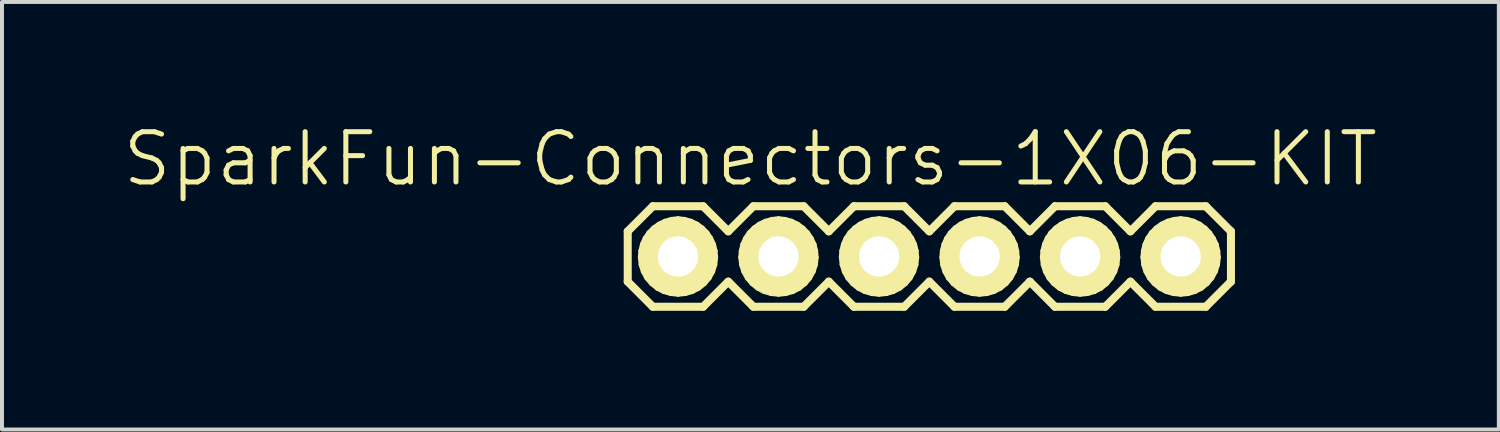
<source format=kicad_pcb>
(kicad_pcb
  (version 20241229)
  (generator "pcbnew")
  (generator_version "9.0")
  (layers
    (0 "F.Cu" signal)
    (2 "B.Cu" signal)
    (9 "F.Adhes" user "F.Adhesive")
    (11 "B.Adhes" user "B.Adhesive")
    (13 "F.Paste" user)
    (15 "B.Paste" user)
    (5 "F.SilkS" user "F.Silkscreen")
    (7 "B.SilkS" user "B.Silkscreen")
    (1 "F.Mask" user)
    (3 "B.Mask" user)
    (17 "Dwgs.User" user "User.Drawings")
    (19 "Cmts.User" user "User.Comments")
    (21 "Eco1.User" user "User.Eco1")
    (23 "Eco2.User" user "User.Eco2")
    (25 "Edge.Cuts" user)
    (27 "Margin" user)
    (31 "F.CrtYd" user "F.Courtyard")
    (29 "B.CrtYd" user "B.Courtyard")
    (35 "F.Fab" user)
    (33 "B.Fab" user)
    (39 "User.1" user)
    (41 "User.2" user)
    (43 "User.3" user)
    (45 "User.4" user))
  (footprint "SparkFun-Connectors-1X06-KIT"
    (layer "F.Cu")
    (at 14.079 3.43)
    (property "Reference" "SparkFun-Connectors-1X06-KIT" (at 1.829 -2.464 0) (layer "F.SilkS") (effects (font (size 1.27 1.27) (thickness 0.127))))
    (attr exclude_from_pos_files exclude_from_bom)
    (fp_line (start -1.27 -0.635) (end -1.27 0.635) (stroke (width 0.203) (type solid)) (layer "F.SilkS"))
    (fp_line (start -1.27 0.635) (end -0.635 1.27) (stroke (width 0.203) (type solid)) (layer "F.SilkS"))
    (fp_line (start -0.95 0.02) (end -0.937 -0.142) (stroke (width 0.127) (type solid)) (layer "F.SilkS"))
    (fp_line (start -0.937 -0.142) (end -0.897 -0.307) (stroke (width 0.127) (type solid)) (layer "F.SilkS"))
    (fp_line (start -0.93 0.206) (end -0.95 0.02) (stroke (width 0.127) (type solid)) (layer "F.SilkS"))
    (fp_line (start -0.897 -0.307) (end -0.828 -0.46) (stroke (width 0.127) (type solid)) (layer "F.SilkS"))
    (fp_line (start -0.874 0.381) (end -0.93 0.206) (stroke (width 0.127) (type solid)) (layer "F.SilkS"))
    (fp_line (start -0.828 -0.46) (end -0.734 -0.599) (stroke (width 0.127) (type solid)) (layer "F.SilkS"))
    (fp_line (start -0.785 0.544) (end -0.874 0.381) (stroke (width 0.127) (type solid)) (layer "F.SilkS"))
    (fp_line (start -0.734 -0.599) (end -0.615 -0.719) (stroke (width 0.127) (type solid)) (layer "F.SilkS"))
    (fp_line (start -0.665 0.683) (end -0.785 0.544) (stroke (width 0.127) (type solid)) (layer "F.SilkS"))
    (fp_line (start -0.635 -1.27) (end -1.27 -0.635) (stroke (width 0.203) (type solid)) (layer "F.SilkS"))
    (fp_line (start -0.635 -1.27) (end 0.635 -1.27) (stroke (width 0.203) (type solid)) (layer "F.SilkS"))
    (fp_line (start -0.615 -0.719) (end -0.48 -0.815) (stroke (width 0.127) (type solid)) (layer "F.SilkS"))
    (fp_line (start -0.521 0.8) (end -0.665 0.683) (stroke (width 0.127) (type solid)) (layer "F.SilkS"))
    (fp_line (start -0.48 -0.815) (end -0.328 -0.889) (stroke (width 0.127) (type solid)) (layer "F.SilkS"))
    (fp_line (start -0.445 0.018) (end -0.434 -0.081) (stroke (width 0.127) (type solid)) (layer "F.SilkS"))
    (fp_line (start -0.434 -0.081) (end -0.404 -0.178) (stroke (width 0.127) (type solid)) (layer "F.SilkS"))
    (fp_line (start -0.429 0.114) (end -0.445 0.018) (stroke (width 0.127) (type solid)) (layer "F.SilkS"))
    (fp_line (start -0.404 -0.178) (end -0.351 -0.264) (stroke (width 0.127) (type solid)) (layer "F.SilkS"))
    (fp_line (start -0.396 0.206) (end -0.429 0.114) (stroke (width 0.127) (type solid)) (layer "F.SilkS"))
    (fp_line (start -0.358 0.884) (end -0.521 0.8) (stroke (width 0.127) (type solid)) (layer "F.SilkS"))
    (fp_line (start -0.351 -0.264) (end -0.279 -0.34) (stroke (width 0.127) (type solid)) (layer "F.SilkS"))
    (fp_line (start -0.343 0.287) (end -0.396 0.206) (stroke (width 0.127) (type solid)) (layer "F.SilkS"))
    (fp_line (start -0.328 -0.889) (end -0.165 -0.935) (stroke (width 0.127) (type solid)) (layer "F.SilkS"))
    (fp_line (start -0.279 -0.34) (end -0.196 -0.396) (stroke (width 0.127) (type solid)) (layer "F.SilkS"))
    (fp_line (start -0.272 0.356) (end -0.343 0.287) (stroke (width 0.127) (type solid)) (layer "F.SilkS"))
    (fp_line (start -0.254 -0.254) (end 0.254 -0.254) (stroke (width 0.066) (type solid)) (layer "F.SilkS"))
    (fp_line (start -0.254 0.254) (end -0.254 -0.254) (stroke (width 0.066) (type solid)) (layer "F.SilkS"))
    (fp_line (start -0.254 0.254) (end 0.254 0.254) (stroke (width 0.066) (type solid)) (layer "F.SilkS"))
    (fp_line (start -0.196 -0.396) (end -0.099 -0.432) (stroke (width 0.127) (type solid)) (layer "F.SilkS"))
    (fp_line (start -0.188 0.404) (end -0.272 0.356) (stroke (width 0.127) (type solid)) (layer "F.SilkS"))
    (fp_line (start -0.18 0.935) (end -0.358 0.884) (stroke (width 0.127) (type solid)) (layer "F.SilkS"))
    (fp_line (start -0.165 -0.935) (end 0 -0.953) (stroke (width 0.127) (type solid)) (layer "F.SilkS"))
    (fp_line (start -0.099 -0.432) (end 0 -0.445) (stroke (width 0.127) (type solid)) (layer "F.SilkS"))
    (fp_line (start -0.097 0.434) (end -0.188 0.404) (stroke (width 0.127) (type solid)) (layer "F.SilkS"))
    (fp_line (start 0 -0.953) (end 0.165 -0.935) (stroke (width 0.127) (type solid)) (layer "F.SilkS"))
    (fp_line (start 0 -0.445) (end 0.099 -0.432) (stroke (width 0.127) (type solid)) (layer "F.SilkS"))
    (fp_line (start 0 0.445) (end -0.097 0.434) (stroke (width 0.127) (type solid)) (layer "F.SilkS"))
    (fp_line (start 0 0.953) (end -0.18 0.935) (stroke (width 0.127) (type solid)) (layer "F.SilkS"))
    (fp_line (start 0.097 0.434) (end 0 0.445) (stroke (width 0.127) (type solid)) (layer "F.SilkS"))
    (fp_line (start 0.099 -0.432) (end 0.193 -0.399) (stroke (width 0.127) (type solid)) (layer "F.SilkS"))
    (fp_line (start 0.165 -0.935) (end 0.328 -0.889) (stroke (width 0.127) (type solid)) (layer "F.SilkS"))
    (fp_line (start 0.185 0.935) (end 0 0.953) (stroke (width 0.127) (type solid)) (layer "F.SilkS"))
    (fp_line (start 0.188 0.401) (end 0.097 0.434) (stroke (width 0.127) (type solid)) (layer "F.SilkS"))
    (fp_line (start 0.193 -0.399) (end 0.277 -0.343) (stroke (width 0.127) (type solid)) (layer "F.SilkS"))
    (fp_line (start 0.254 0.254) (end 0.254 -0.254) (stroke (width 0.066) (type solid)) (layer "F.SilkS"))
    (fp_line (start 0.272 0.351) (end 0.188 0.401) (stroke (width 0.127) (type solid)) (layer "F.SilkS"))
    (fp_line (start 0.277 -0.343) (end 0.348 -0.272) (stroke (width 0.127) (type solid)) (layer "F.SilkS"))
    (fp_line (start 0.328 -0.889) (end 0.48 -0.815) (stroke (width 0.127) (type solid)) (layer "F.SilkS"))
    (fp_line (start 0.343 0.282) (end 0.272 0.351) (stroke (width 0.127) (type solid)) (layer "F.SilkS"))
    (fp_line (start 0.348 -0.272) (end 0.399 -0.185) (stroke (width 0.127) (type solid)) (layer "F.SilkS"))
    (fp_line (start 0.361 0.884) (end 0.185 0.935) (stroke (width 0.127) (type solid)) (layer "F.SilkS"))
    (fp_line (start 0.396 0.198) (end 0.343 0.282) (stroke (width 0.127) (type solid)) (layer "F.SilkS"))
    (fp_line (start 0.399 -0.185) (end 0.432 -0.089) (stroke (width 0.127) (type solid)) (layer "F.SilkS"))
    (fp_line (start 0.429 0.107) (end 0.396 0.198) (stroke (width 0.127) (type solid)) (layer "F.SilkS"))
    (fp_line (start 0.432 -0.089) (end 0.439 0.008) (stroke (width 0.127) (type solid)) (layer "F.SilkS"))
    (fp_line (start 0.439 0.008) (end 0.429 0.107) (stroke (width 0.127) (type solid)) (layer "F.SilkS"))
    (fp_line (start 0.48 -0.815) (end 0.615 -0.716) (stroke (width 0.127) (type solid)) (layer "F.SilkS"))
    (fp_line (start 0.523 0.8) (end 0.361 0.884) (stroke (width 0.127) (type solid)) (layer "F.SilkS"))
    (fp_line (start 0.615 -0.716) (end 0.732 -0.597) (stroke (width 0.127) (type solid)) (layer "F.SilkS"))
    (fp_line (start 0.635 -1.27) (end 1.27 -0.635) (stroke (width 0.203) (type solid)) (layer "F.SilkS"))
    (fp_line (start 0.635 1.27) (end -0.635 1.27) (stroke (width 0.203) (type solid)) (layer "F.SilkS"))
    (fp_line (start 0.668 0.683) (end 0.523 0.8) (stroke (width 0.127) (type solid)) (layer "F.SilkS"))
    (fp_line (start 0.732 -0.597) (end 0.826 -0.457) (stroke (width 0.127) (type solid)) (layer "F.SilkS"))
    (fp_line (start 0.785 0.544) (end 0.668 0.683) (stroke (width 0.127) (type solid)) (layer "F.SilkS"))
    (fp_line (start 0.826 -0.457) (end 0.897 -0.305) (stroke (width 0.127) (type solid)) (layer "F.SilkS"))
    (fp_line (start 0.874 0.381) (end 0.785 0.544) (stroke (width 0.127) (type solid)) (layer "F.SilkS"))
    (fp_line (start 0.897 -0.305) (end 0.937 -0.14) (stroke (width 0.127) (type solid)) (layer "F.SilkS"))
    (fp_line (start 0.93 0.206) (end 0.874 0.381) (stroke (width 0.127) (type solid)) (layer "F.SilkS"))
    (fp_line (start 0.937 -0.14) (end 0.95 0.025) (stroke (width 0.127) (type solid)) (layer "F.SilkS"))
    (fp_line (start 0.95 0.025) (end 0.93 0.206) (stroke (width 0.127) (type solid)) (layer "F.SilkS"))
    (fp_line (start 1.27 -0.635) (end 1.905 -1.27) (stroke (width 0.203) (type solid)) (layer "F.SilkS"))
    (fp_line (start 1.27 0.635) (end 0.635 1.27) (stroke (width 0.203) (type solid)) (layer "F.SilkS"))
    (fp_line (start 1.587 0.02) (end 1.6 -0.142) (stroke (width 0.127) (type solid)) (layer "F.SilkS"))
    (fp_line (start 1.6 -0.142) (end 1.641 -0.307) (stroke (width 0.127) (type solid)) (layer "F.SilkS"))
    (fp_line (start 1.608 0.206) (end 1.587 0.02) (stroke (width 0.127) (type solid)) (layer "F.SilkS"))
    (fp_line (start 1.641 -0.307) (end 1.709 -0.46) (stroke (width 0.127) (type solid)) (layer "F.SilkS"))
    (fp_line (start 1.664 0.381) (end 1.608 0.206) (stroke (width 0.127) (type solid)) (layer "F.SilkS"))
    (fp_line (start 1.709 -0.46) (end 1.803 -0.599) (stroke (width 0.127) (type solid)) (layer "F.SilkS"))
    (fp_line (start 1.753 0.544) (end 1.664 0.381) (stroke (width 0.127) (type solid)) (layer "F.SilkS"))
    (fp_line (start 1.803 -0.599) (end 1.923 -0.719) (stroke (width 0.127) (type solid)) (layer "F.SilkS"))
    (fp_line (start 1.872 0.683) (end 1.753 0.544) (stroke (width 0.127) (type solid)) (layer "F.SilkS"))
    (fp_line (start 1.905 -1.27) (end 3.175 -1.27) (stroke (width 0.203) (type solid)) (layer "F.SilkS"))
    (fp_line (start 1.905 1.27) (end 1.27 0.635) (stroke (width 0.203) (type solid)) (layer "F.SilkS"))
    (fp_line (start 1.923 -0.719) (end 2.057 -0.815) (stroke (width 0.127) (type solid)) (layer "F.SilkS"))
    (fp_line (start 2.017 0.8) (end 1.872 0.683) (stroke (width 0.127) (type solid)) (layer "F.SilkS"))
    (fp_line (start 2.057 -0.815) (end 2.21 -0.889) (stroke (width 0.127) (type solid)) (layer "F.SilkS"))
    (fp_line (start 2.095 0.018) (end 2.103 -0.081) (stroke (width 0.127) (type solid)) (layer "F.SilkS"))
    (fp_line (start 2.103 -0.081) (end 2.134 -0.178) (stroke (width 0.127) (type solid)) (layer "F.SilkS"))
    (fp_line (start 2.108 0.114) (end 2.095 0.018) (stroke (width 0.127) (type solid)) (layer "F.SilkS"))
    (fp_line (start 2.134 -0.178) (end 2.187 -0.264) (stroke (width 0.127) (type solid)) (layer "F.SilkS"))
    (fp_line (start 2.141 0.206) (end 2.108 0.114) (stroke (width 0.127) (type solid)) (layer "F.SilkS"))
    (fp_line (start 2.179 0.884) (end 2.017 0.8) (stroke (width 0.127) (type solid)) (layer "F.SilkS"))
    (fp_line (start 2.187 -0.264) (end 2.258 -0.34) (stroke (width 0.127) (type solid)) (layer "F.SilkS"))
    (fp_line (start 2.195 0.287) (end 2.141 0.206) (stroke (width 0.127) (type solid)) (layer "F.SilkS"))
    (fp_line (start 2.21 -0.889) (end 2.372 -0.935) (stroke (width 0.127) (type solid)) (layer "F.SilkS"))
    (fp_line (start 2.258 -0.34) (end 2.342 -0.396) (stroke (width 0.127) (type solid)) (layer "F.SilkS"))
    (fp_line (start 2.266 0.356) (end 2.195 0.287) (stroke (width 0.127) (type solid)) (layer "F.SilkS"))
    (fp_line (start 2.286 -0.254) (end 2.794 -0.254) (stroke (width 0.066) (type solid)) (layer "F.SilkS"))
    (fp_line (start 2.286 0.254) (end 2.286 -0.254) (stroke (width 0.066) (type solid)) (layer "F.SilkS"))
    (fp_line (start 2.286 0.254) (end 2.794 0.254) (stroke (width 0.066) (type solid)) (layer "F.SilkS"))
    (fp_line (start 2.342 -0.396) (end 2.438 -0.432) (stroke (width 0.127) (type solid)) (layer "F.SilkS"))
    (fp_line (start 2.349 0.404) (end 2.266 0.356) (stroke (width 0.127) (type solid)) (layer "F.SilkS"))
    (fp_line (start 2.357 0.935) (end 2.179 0.884) (stroke (width 0.127) (type solid)) (layer "F.SilkS"))
    (fp_line (start 2.372 -0.935) (end 2.54 -0.953) (stroke (width 0.127) (type solid)) (layer "F.SilkS"))
    (fp_line (start 2.438 -0.432) (end 2.54 -0.445) (stroke (width 0.127) (type solid)) (layer "F.SilkS"))
    (fp_line (start 2.441 0.434) (end 2.349 0.404) (stroke (width 0.127) (type solid)) (layer "F.SilkS"))
    (fp_line (start 2.54 -0.953) (end 2.705 -0.935) (stroke (width 0.127) (type solid)) (layer "F.SilkS"))
    (fp_line (start 2.54 -0.445) (end 2.639 -0.432) (stroke (width 0.127) (type solid)) (layer "F.SilkS"))
    (fp_line (start 2.54 0.445) (end 2.441 0.434) (stroke (width 0.127) (type solid)) (layer "F.SilkS"))
    (fp_line (start 2.54 0.953) (end 2.357 0.935) (stroke (width 0.127) (type solid)) (layer "F.SilkS"))
    (fp_line (start 2.637 0.434) (end 2.54 0.445) (stroke (width 0.127) (type solid)) (layer "F.SilkS"))
    (fp_line (start 2.639 -0.432) (end 2.733 -0.399) (stroke (width 0.127) (type solid)) (layer "F.SilkS"))
    (fp_line (start 2.705 -0.935) (end 2.868 -0.889) (stroke (width 0.127) (type solid)) (layer "F.SilkS"))
    (fp_line (start 2.725 0.935) (end 2.54 0.953) (stroke (width 0.127) (type solid)) (layer "F.SilkS"))
    (fp_line (start 2.728 0.401) (end 2.637 0.434) (stroke (width 0.127) (type solid)) (layer "F.SilkS"))
    (fp_line (start 2.733 -0.399) (end 2.817 -0.343) (stroke (width 0.127) (type solid)) (layer "F.SilkS"))
    (fp_line (start 2.794 0.254) (end 2.794 -0.254) (stroke (width 0.066) (type solid)) (layer "F.SilkS"))
    (fp_line (start 2.812 0.351) (end 2.728 0.401) (stroke (width 0.127) (type solid)) (layer "F.SilkS"))
    (fp_line (start 2.817 -0.343) (end 2.888 -0.272) (stroke (width 0.127) (type solid)) (layer "F.SilkS"))
    (fp_line (start 2.868 -0.889) (end 3.02 -0.815) (stroke (width 0.127) (type solid)) (layer "F.SilkS"))
    (fp_line (start 2.883 0.282) (end 2.812 0.351) (stroke (width 0.127) (type solid)) (layer "F.SilkS"))
    (fp_line (start 2.888 -0.272) (end 2.939 -0.185) (stroke (width 0.127) (type solid)) (layer "F.SilkS"))
    (fp_line (start 2.901 0.884) (end 2.725 0.935) (stroke (width 0.127) (type solid)) (layer "F.SilkS"))
    (fp_line (start 2.936 0.198) (end 2.883 0.282) (stroke (width 0.127) (type solid)) (layer "F.SilkS"))
    (fp_line (start 2.939 -0.185) (end 2.972 -0.089) (stroke (width 0.127) (type solid)) (layer "F.SilkS"))
    (fp_line (start 2.969 0.107) (end 2.936 0.198) (stroke (width 0.127) (type solid)) (layer "F.SilkS"))
    (fp_line (start 2.972 -0.089) (end 2.979 0.008) (stroke (width 0.127) (type solid)) (layer "F.SilkS"))
    (fp_line (start 2.979 0.008) (end 2.969 0.107) (stroke (width 0.127) (type solid)) (layer "F.SilkS"))
    (fp_line (start 3.02 -0.815) (end 3.155 -0.716) (stroke (width 0.127) (type solid)) (layer "F.SilkS"))
    (fp_line (start 3.063 0.8) (end 2.901 0.884) (stroke (width 0.127) (type solid)) (layer "F.SilkS"))
    (fp_line (start 3.155 -0.716) (end 3.272 -0.597) (stroke (width 0.127) (type solid)) (layer "F.SilkS"))
    (fp_line (start 3.175 -1.27) (end 3.81 -0.635) (stroke (width 0.203) (type solid)) (layer "F.SilkS"))
    (fp_line (start 3.175 1.27) (end 1.905 1.27) (stroke (width 0.203) (type solid)) (layer "F.SilkS"))
    (fp_line (start 3.208 0.683) (end 3.063 0.8) (stroke (width 0.127) (type solid)) (layer "F.SilkS"))
    (fp_line (start 3.272 -0.597) (end 3.365 -0.457) (stroke (width 0.127) (type solid)) (layer "F.SilkS"))
    (fp_line (start 3.325 0.544) (end 3.208 0.683) (stroke (width 0.127) (type solid)) (layer "F.SilkS"))
    (fp_line (start 3.365 -0.457) (end 3.437 -0.305) (stroke (width 0.127) (type solid)) (layer "F.SilkS"))
    (fp_line (start 3.414 0.381) (end 3.325 0.544) (stroke (width 0.127) (type solid)) (layer "F.SilkS"))
    (fp_line (start 3.437 -0.305) (end 3.477 -0.14) (stroke (width 0.127) (type solid)) (layer "F.SilkS"))
    (fp_line (start 3.47 0.206) (end 3.414 0.381) (stroke (width 0.127) (type solid)) (layer "F.SilkS"))
    (fp_line (start 3.477 -0.14) (end 3.49 0.025) (stroke (width 0.127) (type solid)) (layer "F.SilkS"))
    (fp_line (start 3.49 0.025) (end 3.47 0.206) (stroke (width 0.127) (type solid)) (layer "F.SilkS"))
    (fp_line (start 3.81 -0.635) (end 4.445 -1.27) (stroke (width 0.203) (type solid)) (layer "F.SilkS"))
    (fp_line (start 3.81 0.635) (end 3.175 1.27) (stroke (width 0.203) (type solid)) (layer "F.SilkS"))
    (fp_line (start 4.128 0.02) (end 4.14 -0.142) (stroke (width 0.127) (type solid)) (layer "F.SilkS"))
    (fp_line (start 4.14 -0.142) (end 4.181 -0.307) (stroke (width 0.127) (type solid)) (layer "F.SilkS"))
    (fp_line (start 4.148 0.206) (end 4.128 0.02) (stroke (width 0.127) (type solid)) (layer "F.SilkS"))
    (fp_line (start 4.181 -0.307) (end 4.249 -0.46) (stroke (width 0.127) (type solid)) (layer "F.SilkS"))
    (fp_line (start 4.204 0.381) (end 4.148 0.206) (stroke (width 0.127) (type solid)) (layer "F.SilkS"))
    (fp_line (start 4.249 -0.46) (end 4.343 -0.599) (stroke (width 0.127) (type solid)) (layer "F.SilkS"))
    (fp_line (start 4.293 0.544) (end 4.204 0.381) (stroke (width 0.127) (type solid)) (layer "F.SilkS"))
    (fp_line (start 4.343 -0.599) (end 4.463 -0.719) (stroke (width 0.127) (type solid)) (layer "F.SilkS"))
    (fp_line (start 4.412 0.683) (end 4.293 0.544) (stroke (width 0.127) (type solid)) (layer "F.SilkS"))
    (fp_line (start 4.445 -1.27) (end 5.715 -1.27) (stroke (width 0.203) (type solid)) (layer "F.SilkS"))
    (fp_line (start 4.445 1.27) (end 3.81 0.635) (stroke (width 0.203) (type solid)) (layer "F.SilkS"))
    (fp_line (start 4.463 -0.719) (end 4.597 -0.815) (stroke (width 0.127) (type solid)) (layer "F.SilkS"))
    (fp_line (start 4.557 0.8) (end 4.412 0.683) (stroke (width 0.127) (type solid)) (layer "F.SilkS"))
    (fp_line (start 4.597 -0.815) (end 4.75 -0.889) (stroke (width 0.127) (type solid)) (layer "F.SilkS"))
    (fp_line (start 4.636 0.018) (end 4.643 -0.081) (stroke (width 0.127) (type solid)) (layer "F.SilkS"))
    (fp_line (start 4.643 -0.081) (end 4.674 -0.178) (stroke (width 0.127) (type solid)) (layer "F.SilkS"))
    (fp_line (start 4.648 0.114) (end 4.636 0.018) (stroke (width 0.127) (type solid)) (layer "F.SilkS"))
    (fp_line (start 4.674 -0.178) (end 4.727 -0.264) (stroke (width 0.127) (type solid)) (layer "F.SilkS"))
    (fp_line (start 4.681 0.206) (end 4.648 0.114) (stroke (width 0.127) (type solid)) (layer "F.SilkS"))
    (fp_line (start 4.719 0.884) (end 4.557 0.8) (stroke (width 0.127) (type solid)) (layer "F.SilkS"))
    (fp_line (start 4.727 -0.264) (end 4.798 -0.34) (stroke (width 0.127) (type solid)) (layer "F.SilkS"))
    (fp_line (start 4.735 0.287) (end 4.681 0.206) (stroke (width 0.127) (type solid)) (layer "F.SilkS"))
    (fp_line (start 4.75 -0.889) (end 4.912 -0.935) (stroke (width 0.127) (type solid)) (layer "F.SilkS"))
    (fp_line (start 4.798 -0.34) (end 4.882 -0.396) (stroke (width 0.127) (type solid)) (layer "F.SilkS"))
    (fp_line (start 4.806 0.356) (end 4.735 0.287) (stroke (width 0.127) (type solid)) (layer "F.SilkS"))
    (fp_line (start 4.826 -0.254) (end 5.334 -0.254) (stroke (width 0.066) (type solid)) (layer "F.SilkS"))
    (fp_line (start 4.826 0.254) (end 4.826 -0.254) (stroke (width 0.066) (type solid)) (layer "F.SilkS"))
    (fp_line (start 4.826 0.254) (end 5.334 0.254) (stroke (width 0.066) (type solid)) (layer "F.SilkS"))
    (fp_line (start 4.882 -0.396) (end 4.978 -0.432) (stroke (width 0.127) (type solid)) (layer "F.SilkS"))
    (fp_line (start 4.889 0.404) (end 4.806 0.356) (stroke (width 0.127) (type solid)) (layer "F.SilkS"))
    (fp_line (start 4.897 0.935) (end 4.719 0.884) (stroke (width 0.127) (type solid)) (layer "F.SilkS"))
    (fp_line (start 4.912 -0.935) (end 5.08 -0.953) (stroke (width 0.127) (type solid)) (layer "F.SilkS"))
    (fp_line (start 4.978 -0.432) (end 5.08 -0.445) (stroke (width 0.127) (type solid)) (layer "F.SilkS"))
    (fp_line (start 4.981 0.434) (end 4.889 0.404) (stroke (width 0.127) (type solid)) (layer "F.SilkS"))
    (fp_line (start 5.08 -0.953) (end 5.245 -0.935) (stroke (width 0.127) (type solid)) (layer "F.SilkS"))
    (fp_line (start 5.08 -0.445) (end 5.179 -0.432) (stroke (width 0.127) (type solid)) (layer "F.SilkS"))
    (fp_line (start 5.08 0.445) (end 4.981 0.434) (stroke (width 0.127) (type solid)) (layer "F.SilkS"))
    (fp_line (start 5.08 0.953) (end 4.897 0.935) (stroke (width 0.127) (type solid)) (layer "F.SilkS"))
    (fp_line (start 5.177 0.434) (end 5.08 0.445) (stroke (width 0.127) (type solid)) (layer "F.SilkS"))
    (fp_line (start 5.179 -0.432) (end 5.273 -0.399) (stroke (width 0.127) (type solid)) (layer "F.SilkS"))
    (fp_line (start 5.245 -0.935) (end 5.408 -0.889) (stroke (width 0.127) (type solid)) (layer "F.SilkS"))
    (fp_line (start 5.265 0.935) (end 5.08 0.953) (stroke (width 0.127) (type solid)) (layer "F.SilkS"))
    (fp_line (start 5.268 0.401) (end 5.177 0.434) (stroke (width 0.127) (type solid)) (layer "F.SilkS"))
    (fp_line (start 5.273 -0.399) (end 5.357 -0.343) (stroke (width 0.127) (type solid)) (layer "F.SilkS"))
    (fp_line (start 5.334 0.254) (end 5.334 -0.254) (stroke (width 0.066) (type solid)) (layer "F.SilkS"))
    (fp_line (start 5.352 0.351) (end 5.268 0.401) (stroke (width 0.127) (type solid)) (layer "F.SilkS"))
    (fp_line (start 5.357 -0.343) (end 5.428 -0.272) (stroke (width 0.127) (type solid)) (layer "F.SilkS"))
    (fp_line (start 5.408 -0.889) (end 5.56 -0.815) (stroke (width 0.127) (type solid)) (layer "F.SilkS"))
    (fp_line (start 5.423 0.282) (end 5.352 0.351) (stroke (width 0.127) (type solid)) (layer "F.SilkS"))
    (fp_line (start 5.428 -0.272) (end 5.479 -0.185) (stroke (width 0.127) (type solid)) (layer "F.SilkS"))
    (fp_line (start 5.441 0.884) (end 5.265 0.935) (stroke (width 0.127) (type solid)) (layer "F.SilkS"))
    (fp_line (start 5.476 0.198) (end 5.423 0.282) (stroke (width 0.127) (type solid)) (layer "F.SilkS"))
    (fp_line (start 5.479 -0.185) (end 5.512 -0.089) (stroke (width 0.127) (type solid)) (layer "F.SilkS"))
    (fp_line (start 5.509 0.107) (end 5.476 0.198) (stroke (width 0.127) (type solid)) (layer "F.SilkS"))
    (fp_line (start 5.512 -0.089) (end 5.519 0.008) (stroke (width 0.127) (type solid)) (layer "F.SilkS"))
    (fp_line (start 5.519 0.008) (end 5.509 0.107) (stroke (width 0.127) (type solid)) (layer "F.SilkS"))
    (fp_line (start 5.56 -0.815) (end 5.695 -0.716) (stroke (width 0.127) (type solid)) (layer "F.SilkS"))
    (fp_line (start 5.603 0.8) (end 5.441 0.884) (stroke (width 0.127) (type solid)) (layer "F.SilkS"))
    (fp_line (start 5.695 -0.716) (end 5.812 -0.597) (stroke (width 0.127) (type solid)) (layer "F.SilkS"))
    (fp_line (start 5.715 -1.27) (end 6.35 -0.635) (stroke (width 0.203) (type solid)) (layer "F.SilkS"))
    (fp_line (start 5.715 1.27) (end 4.445 1.27) (stroke (width 0.203) (type solid)) (layer "F.SilkS"))
    (fp_line (start 5.748 0.683) (end 5.603 0.8) (stroke (width 0.127) (type solid)) (layer "F.SilkS"))
    (fp_line (start 5.812 -0.597) (end 5.905 -0.457) (stroke (width 0.127) (type solid)) (layer "F.SilkS"))
    (fp_line (start 5.865 0.544) (end 5.748 0.683) (stroke (width 0.127) (type solid)) (layer "F.SilkS"))
    (fp_line (start 5.905 -0.457) (end 5.977 -0.305) (stroke (width 0.127) (type solid)) (layer "F.SilkS"))
    (fp_line (start 5.954 0.381) (end 5.865 0.544) (stroke (width 0.127) (type solid)) (layer "F.SilkS"))
    (fp_line (start 5.977 -0.305) (end 6.017 -0.14) (stroke (width 0.127) (type solid)) (layer "F.SilkS"))
    (fp_line (start 6.01 0.206) (end 5.954 0.381) (stroke (width 0.127) (type solid)) (layer "F.SilkS"))
    (fp_line (start 6.017 -0.14) (end 6.03 0.025) (stroke (width 0.127) (type solid)) (layer "F.SilkS"))
    (fp_line (start 6.03 0.025) (end 6.01 0.206) (stroke (width 0.127) (type solid)) (layer "F.SilkS"))
    (fp_line (start 6.35 0.635) (end 5.715 1.27) (stroke (width 0.203) (type solid)) (layer "F.SilkS"))
    (fp_line (start 6.35 0.635) (end 6.985 1.27) (stroke (width 0.203) (type solid)) (layer "F.SilkS"))
    (fp_line (start 6.668 0.02) (end 6.68 -0.142) (stroke (width 0.127) (type solid)) (layer "F.SilkS"))
    (fp_line (start 6.68 -0.142) (end 6.721 -0.307) (stroke (width 0.127) (type solid)) (layer "F.SilkS"))
    (fp_line (start 6.688 0.206) (end 6.668 0.02) (stroke (width 0.127) (type solid)) (layer "F.SilkS"))
    (fp_line (start 6.721 -0.307) (end 6.789 -0.46) (stroke (width 0.127) (type solid)) (layer "F.SilkS"))
    (fp_line (start 6.744 0.381) (end 6.688 0.206) (stroke (width 0.127) (type solid)) (layer "F.SilkS"))
    (fp_line (start 6.789 -0.46) (end 6.883 -0.599) (stroke (width 0.127) (type solid)) (layer "F.SilkS"))
    (fp_line (start 6.833 0.544) (end 6.744 0.381) (stroke (width 0.127) (type solid)) (layer "F.SilkS"))
    (fp_line (start 6.883 -0.599) (end 7.003 -0.719) (stroke (width 0.127) (type solid)) (layer "F.SilkS"))
    (fp_line (start 6.952 0.683) (end 6.833 0.544) (stroke (width 0.127) (type solid)) (layer "F.SilkS"))
    (fp_line (start 6.985 -1.27) (end 6.35 -0.635) (stroke (width 0.203) (type solid)) (layer "F.SilkS"))
    (fp_line (start 6.985 -1.27) (end 8.255 -1.27) (stroke (width 0.203) (type solid)) (layer "F.SilkS"))
    (fp_line (start 7.003 -0.719) (end 7.137 -0.815) (stroke (width 0.127) (type solid)) (layer "F.SilkS"))
    (fp_line (start 7.097 0.8) (end 6.952 0.683) (stroke (width 0.127) (type solid)) (layer "F.SilkS"))
    (fp_line (start 7.137 -0.815) (end 7.29 -0.889) (stroke (width 0.127) (type solid)) (layer "F.SilkS"))
    (fp_line (start 7.173 0.018) (end 7.183 -0.081) (stroke (width 0.127) (type solid)) (layer "F.SilkS"))
    (fp_line (start 7.183 -0.081) (end 7.214 -0.178) (stroke (width 0.127) (type solid)) (layer "F.SilkS"))
    (fp_line (start 7.188 0.114) (end 7.173 0.018) (stroke (width 0.127) (type solid)) (layer "F.SilkS"))
    (fp_line (start 7.214 -0.178) (end 7.267 -0.264) (stroke (width 0.127) (type solid)) (layer "F.SilkS"))
    (fp_line (start 7.221 0.206) (end 7.188 0.114) (stroke (width 0.127) (type solid)) (layer "F.SilkS"))
    (fp_line (start 7.259 0.884) (end 7.097 0.8) (stroke (width 0.127) (type solid)) (layer "F.SilkS"))
    (fp_line (start 7.267 -0.264) (end 7.338 -0.34) (stroke (width 0.127) (type solid)) (layer "F.SilkS"))
    (fp_line (start 7.275 0.287) (end 7.221 0.206) (stroke (width 0.127) (type solid)) (layer "F.SilkS"))
    (fp_line (start 7.29 -0.889) (end 7.452 -0.935) (stroke (width 0.127) (type solid)) (layer "F.SilkS"))
    (fp_line (start 7.338 -0.34) (end 7.422 -0.396) (stroke (width 0.127) (type solid)) (layer "F.SilkS"))
    (fp_line (start 7.346 0.356) (end 7.275 0.287) (stroke (width 0.127) (type solid)) (layer "F.SilkS"))
    (fp_line (start 7.366 -0.254) (end 7.874 -0.254) (stroke (width 0.066) (type solid)) (layer "F.SilkS"))
    (fp_line (start 7.366 0.254) (end 7.366 -0.254) (stroke (width 0.066) (type solid)) (layer "F.SilkS"))
    (fp_line (start 7.366 0.254) (end 7.874 0.254) (stroke (width 0.066) (type solid)) (layer "F.SilkS"))
    (fp_line (start 7.422 -0.396) (end 7.518 -0.432) (stroke (width 0.127) (type solid)) (layer "F.SilkS"))
    (fp_line (start 7.429 0.404) (end 7.346 0.356) (stroke (width 0.127) (type solid)) (layer "F.SilkS"))
    (fp_line (start 7.437 0.935) (end 7.259 0.884) (stroke (width 0.127) (type solid)) (layer "F.SilkS"))
    (fp_line (start 7.452 -0.935) (end 7.62 -0.953) (stroke (width 0.127) (type solid)) (layer "F.SilkS"))
    (fp_line (start 7.518 -0.432) (end 7.62 -0.445) (stroke (width 0.127) (type solid)) (layer "F.SilkS"))
    (fp_line (start 7.521 0.434) (end 7.429 0.404) (stroke (width 0.127) (type solid)) (layer "F.SilkS"))
    (fp_line (start 7.62 -0.953) (end 7.785 -0.935) (stroke (width 0.127) (type solid)) (layer "F.SilkS"))
    (fp_line (start 7.62 -0.445) (end 7.719 -0.432) (stroke (width 0.127) (type solid)) (layer "F.SilkS"))
    (fp_line (start 7.62 0.445) (end 7.521 0.434) (stroke (width 0.127) (type solid)) (layer "F.SilkS"))
    (fp_line (start 7.62 0.953) (end 7.437 0.935) (stroke (width 0.127) (type solid)) (layer "F.SilkS"))
    (fp_line (start 7.717 0.434) (end 7.62 0.445) (stroke (width 0.127) (type solid)) (layer "F.SilkS"))
    (fp_line (start 7.719 -0.432) (end 7.813 -0.399) (stroke (width 0.127) (type solid)) (layer "F.SilkS"))
    (fp_line (start 7.785 -0.935) (end 7.948 -0.889) (stroke (width 0.127) (type solid)) (layer "F.SilkS"))
    (fp_line (start 7.805 0.935) (end 7.62 0.953) (stroke (width 0.127) (type solid)) (layer "F.SilkS"))
    (fp_line (start 7.808 0.401) (end 7.717 0.434) (stroke (width 0.127) (type solid)) (layer "F.SilkS"))
    (fp_line (start 7.813 -0.399) (end 7.897 -0.343) (stroke (width 0.127) (type solid)) (layer "F.SilkS"))
    (fp_line (start 7.874 0.254) (end 7.874 -0.254) (stroke (width 0.066) (type solid)) (layer "F.SilkS"))
    (fp_line (start 7.892 0.351) (end 7.808 0.401) (stroke (width 0.127) (type solid)) (layer "F.SilkS"))
    (fp_line (start 7.897 -0.343) (end 7.968 -0.272) (stroke (width 0.127) (type solid)) (layer "F.SilkS"))
    (fp_line (start 7.948 -0.889) (end 8.1 -0.815) (stroke (width 0.127) (type solid)) (layer "F.SilkS"))
    (fp_line (start 7.963 0.282) (end 7.892 0.351) (stroke (width 0.127) (type solid)) (layer "F.SilkS"))
    (fp_line (start 7.968 -0.272) (end 8.019 -0.185) (stroke (width 0.127) (type solid)) (layer "F.SilkS"))
    (fp_line (start 7.981 0.884) (end 7.805 0.935) (stroke (width 0.127) (type solid)) (layer "F.SilkS"))
    (fp_line (start 8.016 0.198) (end 7.963 0.282) (stroke (width 0.127) (type solid)) (layer "F.SilkS"))
    (fp_line (start 8.019 -0.185) (end 8.052 -0.089) (stroke (width 0.127) (type solid)) (layer "F.SilkS"))
    (fp_line (start 8.049 0.107) (end 8.016 0.198) (stroke (width 0.127) (type solid)) (layer "F.SilkS"))
    (fp_line (start 8.052 -0.089) (end 8.059 0.008) (stroke (width 0.127) (type solid)) (layer "F.SilkS"))
    (fp_line (start 8.059 0.008) (end 8.049 0.107) (stroke (width 0.127) (type solid)) (layer "F.SilkS"))
    (fp_line (start 8.1 -0.815) (end 8.235 -0.716) (stroke (width 0.127) (type solid)) (layer "F.SilkS"))
    (fp_line (start 8.143 0.8) (end 7.981 0.884) (stroke (width 0.127) (type solid)) (layer "F.SilkS"))
    (fp_line (start 8.235 -0.716) (end 8.352 -0.597) (stroke (width 0.127) (type solid)) (layer "F.SilkS"))
    (fp_line (start 8.255 -1.27) (end 8.89 -0.635) (stroke (width 0.203) (type solid)) (layer "F.SilkS"))
    (fp_line (start 8.255 1.27) (end 6.985 1.27) (stroke (width 0.203) (type solid)) (layer "F.SilkS"))
    (fp_line (start 8.288 0.683) (end 8.143 0.8) (stroke (width 0.127) (type solid)) (layer "F.SilkS"))
    (fp_line (start 8.352 -0.597) (end 8.445 -0.457) (stroke (width 0.127) (type solid)) (layer "F.SilkS"))
    (fp_line (start 8.405 0.544) (end 8.288 0.683) (stroke (width 0.127) (type solid)) (layer "F.SilkS"))
    (fp_line (start 8.445 -0.457) (end 8.517 -0.305) (stroke (width 0.127) (type solid)) (layer "F.SilkS"))
    (fp_line (start 8.494 0.381) (end 8.405 0.544) (stroke (width 0.127) (type solid)) (layer "F.SilkS"))
    (fp_line (start 8.517 -0.305) (end 8.557 -0.14) (stroke (width 0.127) (type solid)) (layer "F.SilkS"))
    (fp_line (start 8.55 0.206) (end 8.494 0.381) (stroke (width 0.127) (type solid)) (layer "F.SilkS"))
    (fp_line (start 8.557 -0.14) (end 8.57 0.025) (stroke (width 0.127) (type solid)) (layer "F.SilkS"))
    (fp_line (start 8.57 0.025) (end 8.55 0.206) (stroke (width 0.127) (type solid)) (layer "F.SilkS"))
    (fp_line (start 8.89 -0.635) (end 9.525 -1.27) (stroke (width 0.203) (type solid)) (layer "F.SilkS"))
    (fp_line (start 8.89 0.635) (end 8.255 1.27) (stroke (width 0.203) (type solid)) (layer "F.SilkS"))
    (fp_line (start 9.207 0.02) (end 9.22 -0.142) (stroke (width 0.127) (type solid)) (layer "F.SilkS"))
    (fp_line (start 9.22 -0.142) (end 9.261 -0.307) (stroke (width 0.127) (type solid)) (layer "F.SilkS"))
    (fp_line (start 9.228 0.206) (end 9.207 0.02) (stroke (width 0.127) (type solid)) (layer "F.SilkS"))
    (fp_line (start 9.261 -0.307) (end 9.329 -0.46) (stroke (width 0.127) (type solid)) (layer "F.SilkS"))
    (fp_line (start 9.284 0.381) (end 9.228 0.206) (stroke (width 0.127) (type solid)) (layer "F.SilkS"))
    (fp_line (start 9.329 -0.46) (end 9.423 -0.599) (stroke (width 0.127) (type solid)) (layer "F.SilkS"))
    (fp_line (start 9.373 0.544) (end 9.284 0.381) (stroke (width 0.127) (type solid)) (layer "F.SilkS"))
    (fp_line (start 9.423 -0.599) (end 9.543 -0.719) (stroke (width 0.127) (type solid)) (layer "F.SilkS"))
    (fp_line (start 9.492 0.683) (end 9.373 0.544) (stroke (width 0.127) (type solid)) (layer "F.SilkS"))
    (fp_line (start 9.525 -1.27) (end 10.795 -1.27) (stroke (width 0.203) (type solid)) (layer "F.SilkS"))
    (fp_line (start 9.525 1.27) (end 8.89 0.635) (stroke (width 0.203) (type solid)) (layer "F.SilkS"))
    (fp_line (start 9.543 -0.719) (end 9.677 -0.815) (stroke (width 0.127) (type solid)) (layer "F.SilkS"))
    (fp_line (start 9.637 0.8) (end 9.492 0.683) (stroke (width 0.127) (type solid)) (layer "F.SilkS"))
    (fp_line (start 9.677 -0.815) (end 9.83 -0.889) (stroke (width 0.127) (type solid)) (layer "F.SilkS"))
    (fp_line (start 9.716 0.018) (end 9.723 -0.081) (stroke (width 0.127) (type solid)) (layer "F.SilkS"))
    (fp_line (start 9.723 -0.081) (end 9.754 -0.178) (stroke (width 0.127) (type solid)) (layer "F.SilkS"))
    (fp_line (start 9.728 0.114) (end 9.716 0.018) (stroke (width 0.127) (type solid)) (layer "F.SilkS"))
    (fp_line (start 9.754 -0.178) (end 9.807 -0.264) (stroke (width 0.127) (type solid)) (layer "F.SilkS"))
    (fp_line (start 9.761 0.206) (end 9.728 0.114) (stroke (width 0.127) (type solid)) (layer "F.SilkS"))
    (fp_line (start 9.799 0.884) (end 9.637 0.8) (stroke (width 0.127) (type solid)) (layer "F.SilkS"))
    (fp_line (start 9.807 -0.264) (end 9.878 -0.34) (stroke (width 0.127) (type solid)) (layer "F.SilkS"))
    (fp_line (start 9.815 0.287) (end 9.761 0.206) (stroke (width 0.127) (type solid)) (layer "F.SilkS"))
    (fp_line (start 9.83 -0.889) (end 9.992 -0.935) (stroke (width 0.127) (type solid)) (layer "F.SilkS"))
    (fp_line (start 9.878 -0.34) (end 9.962 -0.396) (stroke (width 0.127) (type solid)) (layer "F.SilkS"))
    (fp_line (start 9.886 0.356) (end 9.815 0.287) (stroke (width 0.127) (type solid)) (layer "F.SilkS"))
    (fp_line (start 9.906 -0.254) (end 10.414 -0.254) (stroke (width 0.066) (type solid)) (layer "F.SilkS"))
    (fp_line (start 9.906 0.254) (end 9.906 -0.254) (stroke (width 0.066) (type solid)) (layer "F.SilkS"))
    (fp_line (start 9.906 0.254) (end 10.414 0.254) (stroke (width 0.066) (type solid)) (layer "F.SilkS"))
    (fp_line (start 9.962 -0.396) (end 10.058 -0.432) (stroke (width 0.127) (type solid)) (layer "F.SilkS"))
    (fp_line (start 9.97 0.404) (end 9.886 0.356) (stroke (width 0.127) (type solid)) (layer "F.SilkS"))
    (fp_line (start 9.977 0.935) (end 9.799 0.884) (stroke (width 0.127) (type solid)) (layer "F.SilkS"))
    (fp_line (start 9.992 -0.935) (end 10.16 -0.953) (stroke (width 0.127) (type solid)) (layer "F.SilkS"))
    (fp_line (start 10.058 -0.432) (end 10.16 -0.445) (stroke (width 0.127) (type solid)) (layer "F.SilkS"))
    (fp_line (start 10.061 0.434) (end 9.97 0.404) (stroke (width 0.127) (type solid)) (layer "F.SilkS"))
    (fp_line (start 10.16 -0.953) (end 10.325 -0.935) (stroke (width 0.127) (type solid)) (layer "F.SilkS"))
    (fp_line (start 10.16 -0.445) (end 10.259 -0.432) (stroke (width 0.127) (type solid)) (layer "F.SilkS"))
    (fp_line (start 10.16 0.445) (end 10.061 0.434) (stroke (width 0.127) (type solid)) (layer "F.SilkS"))
    (fp_line (start 10.16 0.953) (end 9.977 0.935) (stroke (width 0.127) (type solid)) (layer "F.SilkS"))
    (fp_line (start 10.257 0.434) (end 10.16 0.445) (stroke (width 0.127) (type solid)) (layer "F.SilkS"))
    (fp_line (start 10.259 -0.432) (end 10.353 -0.399) (stroke (width 0.127) (type solid)) (layer "F.SilkS"))
    (fp_line (start 10.325 -0.935) (end 10.488 -0.889) (stroke (width 0.127) (type solid)) (layer "F.SilkS"))
    (fp_line (start 10.345 0.935) (end 10.16 0.953) (stroke (width 0.127) (type solid)) (layer "F.SilkS"))
    (fp_line (start 10.348 0.401) (end 10.257 0.434) (stroke (width 0.127) (type solid)) (layer "F.SilkS"))
    (fp_line (start 10.353 -0.399) (end 10.437 -0.343) (stroke (width 0.127) (type solid)) (layer "F.SilkS"))
    (fp_line (start 10.414 0.254) (end 10.414 -0.254) (stroke (width 0.066) (type solid)) (layer "F.SilkS"))
    (fp_line (start 10.432 0.351) (end 10.348 0.401) (stroke (width 0.127) (type solid)) (layer "F.SilkS"))
    (fp_line (start 10.437 -0.343) (end 10.508 -0.272) (stroke (width 0.127) (type solid)) (layer "F.SilkS"))
    (fp_line (start 10.488 -0.889) (end 10.64 -0.815) (stroke (width 0.127) (type solid)) (layer "F.SilkS"))
    (fp_line (start 10.503 0.282) (end 10.432 0.351) (stroke (width 0.127) (type solid)) (layer "F.SilkS"))
    (fp_line (start 10.508 -0.272) (end 10.559 -0.185) (stroke (width 0.127) (type solid)) (layer "F.SilkS"))
    (fp_line (start 10.521 0.884) (end 10.345 0.935) (stroke (width 0.127) (type solid)) (layer "F.SilkS"))
    (fp_line (start 10.556 0.198) (end 10.503 0.282) (stroke (width 0.127) (type solid)) (layer "F.SilkS"))
    (fp_line (start 10.559 -0.185) (end 10.592 -0.089) (stroke (width 0.127) (type solid)) (layer "F.SilkS"))
    (fp_line (start 10.589 0.107) (end 10.556 0.198) (stroke (width 0.127) (type solid)) (layer "F.SilkS"))
    (fp_line (start 10.592 -0.089) (end 10.599 0.008) (stroke (width 0.127) (type solid)) (layer "F.SilkS"))
    (fp_line (start 10.599 0.008) (end 10.589 0.107) (stroke (width 0.127) (type solid)) (layer "F.SilkS"))
    (fp_line (start 10.64 -0.815) (end 10.775 -0.716) (stroke (width 0.127) (type solid)) (layer "F.SilkS"))
    (fp_line (start 10.683 0.8) (end 10.521 0.884) (stroke (width 0.127) (type solid)) (layer "F.SilkS"))
    (fp_line (start 10.775 -0.716) (end 10.892 -0.597) (stroke (width 0.127) (type solid)) (layer "F.SilkS"))
    (fp_line (start 10.795 -1.27) (end 11.43 -0.635) (stroke (width 0.203) (type solid)) (layer "F.SilkS"))
    (fp_line (start 10.795 1.27) (end 9.525 1.27) (stroke (width 0.203) (type solid)) (layer "F.SilkS"))
    (fp_line (start 10.828 0.683) (end 10.683 0.8) (stroke (width 0.127) (type solid)) (layer "F.SilkS"))
    (fp_line (start 10.892 -0.597) (end 10.986 -0.457) (stroke (width 0.127) (type solid)) (layer "F.SilkS"))
    (fp_line (start 10.945 0.544) (end 10.828 0.683) (stroke (width 0.127) (type solid)) (layer "F.SilkS"))
    (fp_line (start 10.986 -0.457) (end 11.057 -0.305) (stroke (width 0.127) (type solid)) (layer "F.SilkS"))
    (fp_line (start 11.034 0.381) (end 10.945 0.544) (stroke (width 0.127) (type solid)) (layer "F.SilkS"))
    (fp_line (start 11.057 -0.305) (end 11.097 -0.14) (stroke (width 0.127) (type solid)) (layer "F.SilkS"))
    (fp_line (start 11.09 0.206) (end 11.034 0.381) (stroke (width 0.127) (type solid)) (layer "F.SilkS"))
    (fp_line (start 11.097 -0.14) (end 11.11 0.025) (stroke (width 0.127) (type solid)) (layer "F.SilkS"))
    (fp_line (start 11.11 0.025) (end 11.09 0.206) (stroke (width 0.127) (type solid)) (layer "F.SilkS"))
    (fp_line (start 11.43 -0.635) (end 12.065 -1.27) (stroke (width 0.203) (type solid)) (layer "F.SilkS"))
    (fp_line (start 11.43 0.635) (end 10.795 1.27) (stroke (width 0.203) (type solid)) (layer "F.SilkS"))
    (fp_line (start 11.748 0.02) (end 11.76 -0.142) (stroke (width 0.127) (type solid)) (layer "F.SilkS"))
    (fp_line (start 11.76 -0.142) (end 11.801 -0.307) (stroke (width 0.127) (type solid)) (layer "F.SilkS"))
    (fp_line (start 11.768 0.206) (end 11.748 0.02) (stroke (width 0.127) (type solid)) (layer "F.SilkS"))
    (fp_line (start 11.801 -0.307) (end 11.869 -0.46) (stroke (width 0.127) (type solid)) (layer "F.SilkS"))
    (fp_line (start 11.824 0.381) (end 11.768 0.206) (stroke (width 0.127) (type solid)) (layer "F.SilkS"))
    (fp_line (start 11.869 -0.46) (end 11.963 -0.599) (stroke (width 0.127) (type solid)) (layer "F.SilkS"))
    (fp_line (start 11.913 0.544) (end 11.824 0.381) (stroke (width 0.127) (type solid)) (layer "F.SilkS"))
    (fp_line (start 11.963 -0.599) (end 12.083 -0.719) (stroke (width 0.127) (type solid)) (layer "F.SilkS"))
    (fp_line (start 12.032 0.683) (end 11.913 0.544) (stroke (width 0.127) (type solid)) (layer "F.SilkS"))
    (fp_line (start 12.065 -1.27) (end 13.335 -1.27) (stroke (width 0.203) (type solid)) (layer "F.SilkS"))
    (fp_line (start 12.065 1.27) (end 11.43 0.635) (stroke (width 0.203) (type solid)) (layer "F.SilkS"))
    (fp_line (start 12.083 -0.719) (end 12.217 -0.815) (stroke (width 0.127) (type solid)) (layer "F.SilkS"))
    (fp_line (start 12.177 0.8) (end 12.032 0.683) (stroke (width 0.127) (type solid)) (layer "F.SilkS"))
    (fp_line (start 12.217 -0.815) (end 12.37 -0.889) (stroke (width 0.127) (type solid)) (layer "F.SilkS"))
    (fp_line (start 12.255 0.018) (end 12.263 -0.081) (stroke (width 0.127) (type solid)) (layer "F.SilkS"))
    (fp_line (start 12.263 -0.081) (end 12.294 -0.178) (stroke (width 0.127) (type solid)) (layer "F.SilkS"))
    (fp_line (start 12.268 0.114) (end 12.255 0.018) (stroke (width 0.127) (type solid)) (layer "F.SilkS"))
    (fp_line (start 12.294 -0.178) (end 12.347 -0.264) (stroke (width 0.127) (type solid)) (layer "F.SilkS"))
    (fp_line (start 12.301 0.206) (end 12.268 0.114) (stroke (width 0.127) (type solid)) (layer "F.SilkS"))
    (fp_line (start 12.339 0.884) (end 12.177 0.8) (stroke (width 0.127) (type solid)) (layer "F.SilkS"))
    (fp_line (start 12.347 -0.264) (end 12.418 -0.34) (stroke (width 0.127) (type solid)) (layer "F.SilkS"))
    (fp_line (start 12.355 0.287) (end 12.301 0.206) (stroke (width 0.127) (type solid)) (layer "F.SilkS"))
    (fp_line (start 12.37 -0.889) (end 12.532 -0.935) (stroke (width 0.127) (type solid)) (layer "F.SilkS"))
    (fp_line (start 12.418 -0.34) (end 12.502 -0.396) (stroke (width 0.127) (type solid)) (layer "F.SilkS"))
    (fp_line (start 12.426 0.356) (end 12.355 0.287) (stroke (width 0.127) (type solid)) (layer "F.SilkS"))
    (fp_line (start 12.446 -0.254) (end 12.954 -0.254) (stroke (width 0.066) (type solid)) (layer "F.SilkS"))
    (fp_line (start 12.446 0.254) (end 12.446 -0.254) (stroke (width 0.066) (type solid)) (layer "F.SilkS"))
    (fp_line (start 12.446 0.254) (end 12.954 0.254) (stroke (width 0.066) (type solid)) (layer "F.SilkS"))
    (fp_line (start 12.502 -0.396) (end 12.598 -0.432) (stroke (width 0.127) (type solid)) (layer "F.SilkS"))
    (fp_line (start 12.509 0.404) (end 12.426 0.356) (stroke (width 0.127) (type solid)) (layer "F.SilkS"))
    (fp_line (start 12.517 0.935) (end 12.339 0.884) (stroke (width 0.127) (type solid)) (layer "F.SilkS"))
    (fp_line (start 12.532 -0.935) (end 12.7 -0.953) (stroke (width 0.127) (type solid)) (layer "F.SilkS"))
    (fp_line (start 12.598 -0.432) (end 12.7 -0.445) (stroke (width 0.127) (type solid)) (layer "F.SilkS"))
    (fp_line (start 12.601 0.434) (end 12.509 0.404) (stroke (width 0.127) (type solid)) (layer "F.SilkS"))
    (fp_line (start 12.7 -0.953) (end 12.865 -0.935) (stroke (width 0.127) (type solid)) (layer "F.SilkS"))
    (fp_line (start 12.7 -0.445) (end 12.799 -0.432) (stroke (width 0.127) (type solid)) (layer "F.SilkS"))
    (fp_line (start 12.7 0.445) (end 12.601 0.434) (stroke (width 0.127) (type solid)) (layer "F.SilkS"))
    (fp_line (start 12.7 0.953) (end 12.517 0.935) (stroke (width 0.127) (type solid)) (layer "F.SilkS"))
    (fp_line (start 12.797 0.434) (end 12.7 0.445) (stroke (width 0.127) (type solid)) (layer "F.SilkS"))
    (fp_line (start 12.799 -0.432) (end 12.893 -0.399) (stroke (width 0.127) (type solid)) (layer "F.SilkS"))
    (fp_line (start 12.865 -0.935) (end 13.028 -0.889) (stroke (width 0.127) (type solid)) (layer "F.SilkS"))
    (fp_line (start 12.885 0.935) (end 12.7 0.953) (stroke (width 0.127) (type solid)) (layer "F.SilkS"))
    (fp_line (start 12.888 0.401) (end 12.797 0.434) (stroke (width 0.127) (type solid)) (layer "F.SilkS"))
    (fp_line (start 12.893 -0.399) (end 12.977 -0.343) (stroke (width 0.127) (type solid)) (layer "F.SilkS"))
    (fp_line (start 12.954 0.254) (end 12.954 -0.254) (stroke (width 0.066) (type solid)) (layer "F.SilkS"))
    (fp_line (start 12.972 0.351) (end 12.888 0.401) (stroke (width 0.127) (type solid)) (layer "F.SilkS"))
    (fp_line (start 12.977 -0.343) (end 13.048 -0.272) (stroke (width 0.127) (type solid)) (layer "F.SilkS"))
    (fp_line (start 13.028 -0.889) (end 13.18 -0.815) (stroke (width 0.127) (type solid)) (layer "F.SilkS"))
    (fp_line (start 13.043 0.282) (end 12.972 0.351) (stroke (width 0.127) (type solid)) (layer "F.SilkS"))
    (fp_line (start 13.048 -0.272) (end 13.099 -0.185) (stroke (width 0.127) (type solid)) (layer "F.SilkS"))
    (fp_line (start 13.061 0.884) (end 12.885 0.935) (stroke (width 0.127) (type solid)) (layer "F.SilkS"))
    (fp_line (start 13.096 0.198) (end 13.043 0.282) (stroke (width 0.127) (type solid)) (layer "F.SilkS"))
    (fp_line (start 13.099 -0.185) (end 13.132 -0.089) (stroke (width 0.127) (type solid)) (layer "F.SilkS"))
    (fp_line (start 13.129 0.107) (end 13.096 0.198) (stroke (width 0.127) (type solid)) (layer "F.SilkS"))
    (fp_line (start 13.132 -0.089) (end 13.139 0.008) (stroke (width 0.127) (type solid)) (layer "F.SilkS"))
    (fp_line (start 13.139 0.008) (end 13.129 0.107) (stroke (width 0.127) (type solid)) (layer "F.SilkS"))
    (fp_line (start 13.18 -0.815) (end 13.315 -0.716) (stroke (width 0.127) (type solid)) (layer "F.SilkS"))
    (fp_line (start 13.223 0.8) (end 13.061 0.884) (stroke (width 0.127) (type solid)) (layer "F.SilkS"))
    (fp_line (start 13.315 -0.716) (end 13.432 -0.597) (stroke (width 0.127) (type solid)) (layer "F.SilkS"))
    (fp_line (start 13.335 -1.27) (end 13.97 -0.635) (stroke (width 0.203) (type solid)) (layer "F.SilkS"))
    (fp_line (start 13.335 1.27) (end 12.065 1.27) (stroke (width 0.203) (type solid)) (layer "F.SilkS"))
    (fp_line (start 13.368 0.683) (end 13.223 0.8) (stroke (width 0.127) (type solid)) (layer "F.SilkS"))
    (fp_line (start 13.432 -0.597) (end 13.525 -0.457) (stroke (width 0.127) (type solid)) (layer "F.SilkS"))
    (fp_line (start 13.485 0.544) (end 13.368 0.683) (stroke (width 0.127) (type solid)) (layer "F.SilkS"))
    (fp_line (start 13.525 -0.457) (end 13.597 -0.305) (stroke (width 0.127) (type solid)) (layer "F.SilkS"))
    (fp_line (start 13.574 0.381) (end 13.485 0.544) (stroke (width 0.127) (type solid)) (layer "F.SilkS"))
    (fp_line (start 13.597 -0.305) (end 13.637 -0.14) (stroke (width 0.127) (type solid)) (layer "F.SilkS"))
    (fp_line (start 13.63 0.206) (end 13.574 0.381) (stroke (width 0.127) (type solid)) (layer "F.SilkS"))
    (fp_line (start 13.637 -0.14) (end 13.65 0.025) (stroke (width 0.127) (type solid)) (layer "F.SilkS"))
    (fp_line (start 13.65 0.025) (end 13.63 0.206) (stroke (width 0.127) (type solid)) (layer "F.SilkS"))
    (fp_line (start 13.97 -0.635) (end 13.97 0.635) (stroke (width 0.203) (type solid)) (layer "F.SilkS"))
    (fp_line (start 13.97 0.635) (end 13.335 1.27) (stroke (width 0.203) (type solid)) (layer "F.SilkS"))
    (pad "1" thru_hole circle (at 0 0) (size 1.88 1.88) (drill 1.016) (layers "*.Cu" "F.Mask" "F.SilkS" "F.Paste"))
    (pad "2" thru_hole circle (at 2.54 0) (size 1.88 1.88) (drill 1.016) (layers "*.Cu" "F.Mask" "F.SilkS" "F.Paste"))
    (pad "3" thru_hole circle (at 5.08 0) (size 1.88 1.88) (drill 1.016) (layers "*.Cu" "F.Mask" "F.SilkS" "F.Paste"))
    (pad "4" thru_hole circle (at 7.62 0) (size 1.88 1.88) (drill 1.016) (layers "*.Cu" "F.Mask" "F.SilkS" "F.Paste"))
    (pad "5" thru_hole circle (at 10.16 0) (size 1.88 1.88) (drill 1.016) (layers "*.Cu" "F.Mask" "F.SilkS" "F.Paste"))
    (pad "6" thru_hole circle (at 12.7 0) (size 1.88 1.88) (drill 1.016) (layers "*.Cu" "F.Mask" "F.SilkS" "F.Paste")))
  (gr_rect
    (start -3 -3)
    (end 34.817 7.801)
    (stroke (width 0.1) (type default))
    (fill no)
    (layer "Edge.Cuts")))
</source>
